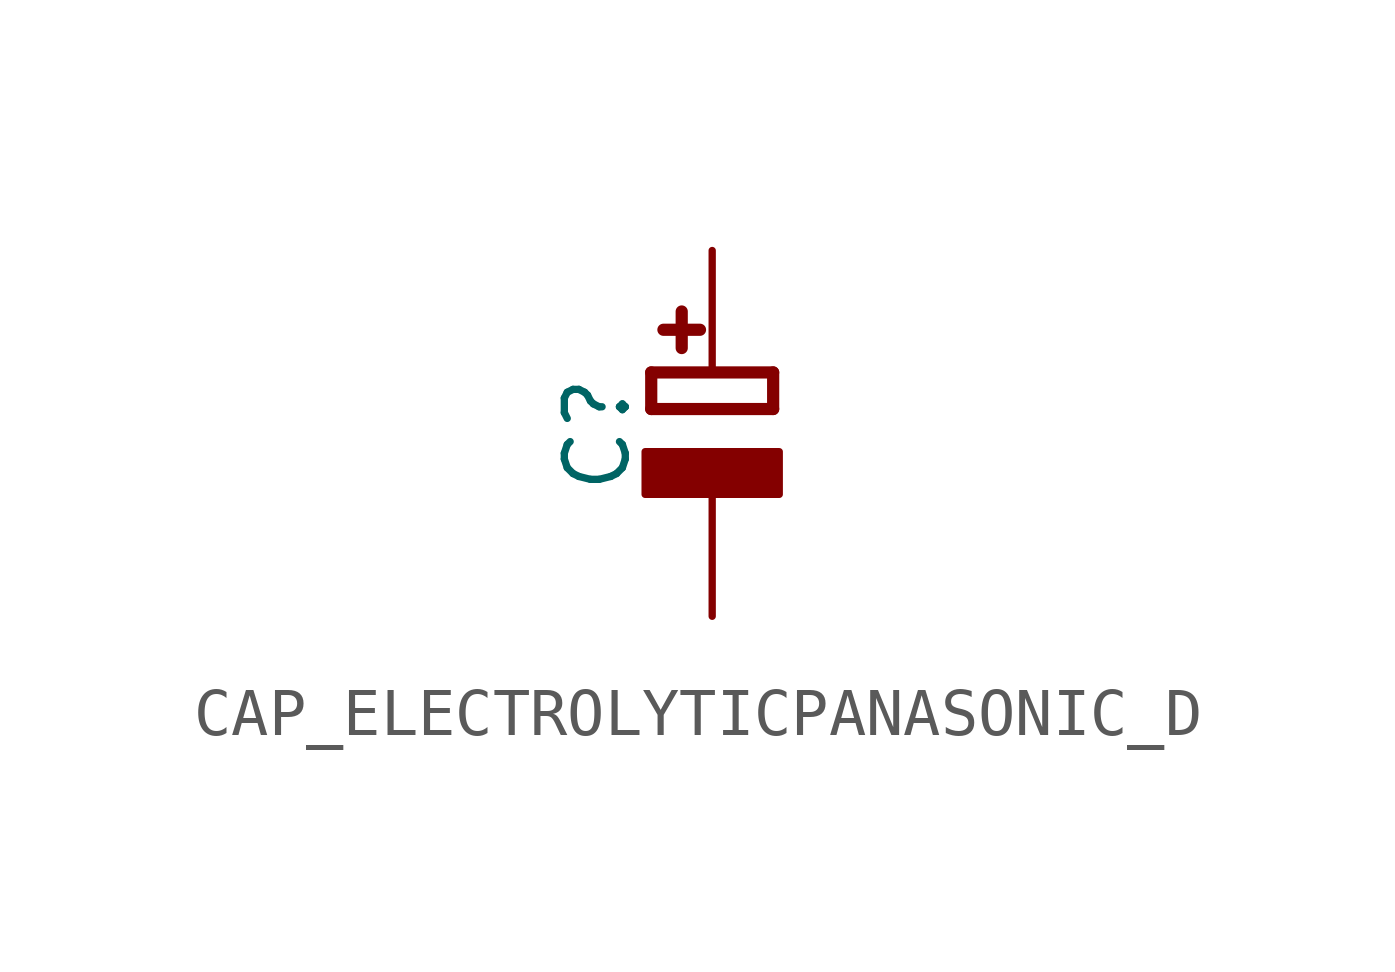
<source format=kicad_sym>
(kicad_symbol_lib
  (version 20220914)
  (generator kicad_symbol_editor)
  (symbol "CAP_ELECTROLYTICPANASONIC_D"
    (property "Reference" "C"
      (at -2.39 1.25 90)
      (effects (font (size 1.27 1.27))))
    (property "Value" ""
      (at 2.5 1.25 90)
      (effects (font (size 1.27 1.27))))
    (property "ki_locked" ""
      (at 0 0 0)
      (effects (font (size 1.27 1.27))))
    (symbol "CAP_ELECTROLYTICPANASONIC_D_1_0"
      (rectangle (start -1.397 0) (end 1.397 0.889) (stroke (width 0) (type default)) (fill (type outline)))
      (polyline (pts (xy -1.27 1.778) (xy -1.27 2.54)) (stroke (width 0.254) (type solid)) (fill (type none)))
      (polyline (pts (xy -1.27 2.54) (xy 1.27 2.54)) (stroke (width 0.254) (type solid)) (fill (type none)))
      (polyline (pts (xy -1.016 3.429) (xy -0.254 3.429)) (stroke (width 0.254) (type solid)) (fill (type none)))
      (polyline (pts (xy -0.635 3.81) (xy -0.635 3.048)) (stroke (width 0.254) (type solid)) (fill (type none)))
      (polyline (pts (xy 1.27 1.778) (xy -1.27 1.778)) (stroke (width 0.254) (type solid)) (fill (type none)))
      (polyline (pts (xy 1.27 2.54) (xy 1.27 1.778)) (stroke (width 0.254) (type solid)) (fill (type none)))
      (pin passive line (at 0 5.08 270) (length 2.54) (name "+" (effects (font (size 0 0)))) (number "+" (effects (font (size 0 0)))))
      (pin passive line (at 0 -2.54 90) (length 2.54) (name "-" (effects (font (size 0 0)))) (number "-" (effects (font (size 0 0))))))))
</source>
